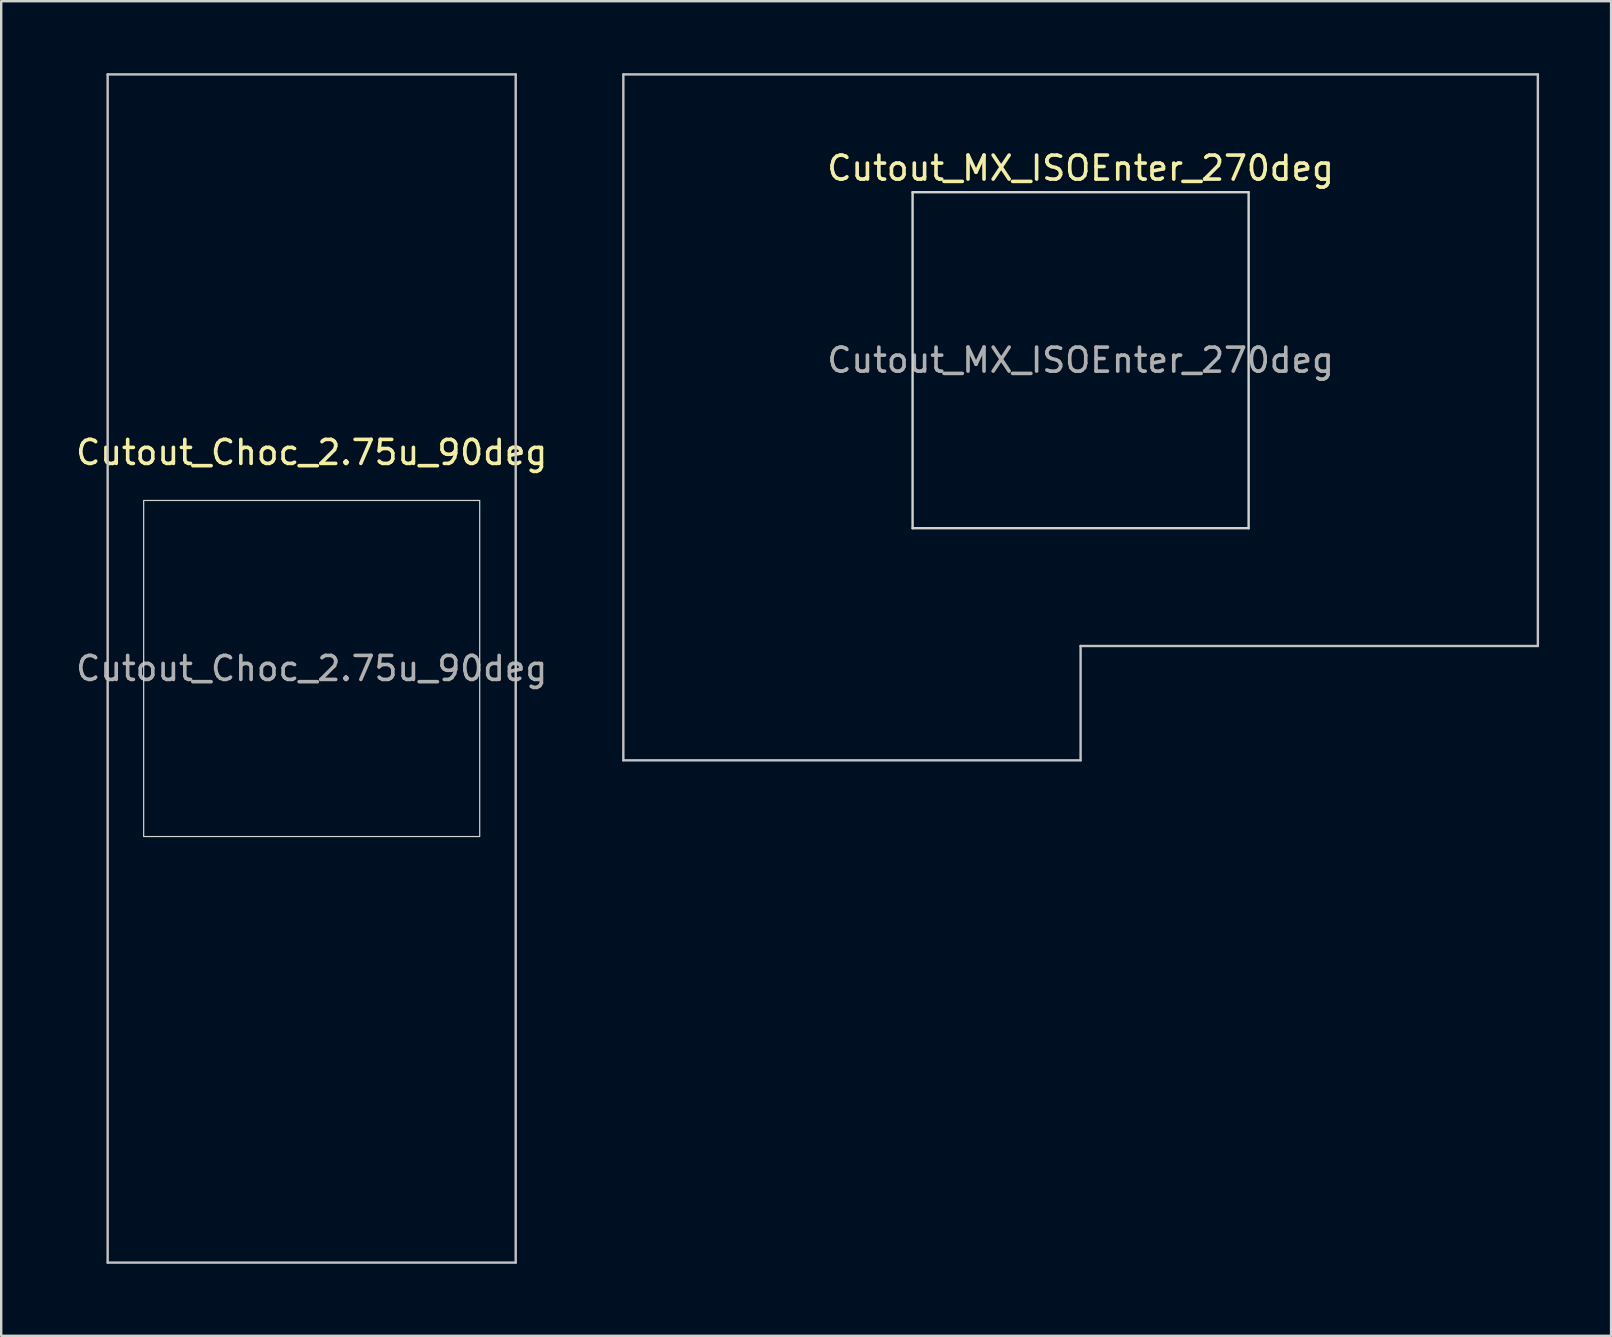
<source format=kicad_pcb>
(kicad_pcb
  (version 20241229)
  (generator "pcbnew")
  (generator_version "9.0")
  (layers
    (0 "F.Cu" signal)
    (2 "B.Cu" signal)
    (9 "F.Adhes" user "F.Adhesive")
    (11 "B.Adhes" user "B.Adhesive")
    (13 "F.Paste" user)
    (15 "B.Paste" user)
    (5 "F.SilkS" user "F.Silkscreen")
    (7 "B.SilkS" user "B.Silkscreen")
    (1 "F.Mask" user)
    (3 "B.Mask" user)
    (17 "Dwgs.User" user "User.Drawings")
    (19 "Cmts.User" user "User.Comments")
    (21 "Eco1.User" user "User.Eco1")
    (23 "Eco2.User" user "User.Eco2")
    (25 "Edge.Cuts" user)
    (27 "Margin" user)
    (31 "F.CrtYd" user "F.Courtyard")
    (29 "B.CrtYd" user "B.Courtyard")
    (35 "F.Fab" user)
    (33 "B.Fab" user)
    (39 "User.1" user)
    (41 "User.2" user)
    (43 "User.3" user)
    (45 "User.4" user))
  (footprint "Cutout_MX_ISOEnter_270deg"
    (layer "F.Cu")
    (at 41.969 11.956)
    (property "Reference" "Cutout_MX_ISOEnter_270deg" (at 0 -8 0) (layer "F.SilkS") (effects (font (size 1 1) (thickness 0.15))))
    (attr through_hole)
    (fp_line (start -19.05 -11.906) (end -19.05 16.669) (stroke (width 0.1) (type solid)) (layer "Dwgs.User"))
    (fp_line (start -19.05 16.669) (end 0 16.669) (stroke (width 0.1) (type solid)) (layer "Dwgs.User"))
    (fp_line (start 0 11.906) (end 19.05 11.906) (stroke (width 0.1) (type solid)) (layer "Dwgs.User"))
    (fp_line (start 0 16.669) (end 0 11.906) (stroke (width 0.1) (type solid)) (layer "Dwgs.User"))
    (fp_line (start 19.05 -11.906) (end -19.05 -11.906) (stroke (width 0.1) (type solid)) (layer "Dwgs.User"))
    (fp_line (start 19.05 11.906) (end 19.05 -11.906) (stroke (width 0.1) (type solid)) (layer "Dwgs.User"))
    (fp_line (start -7 -7) (end -7 7) (stroke (width 0.1) (type solid)) (layer "Edge.Cuts"))
    (fp_line (start -7 7) (end 7 7) (stroke (width 0.1) (type solid)) (layer "Edge.Cuts"))
    (fp_line (start 7 -7) (end -7 -7) (stroke (width 0.1) (type solid)) (layer "Edge.Cuts"))
    (fp_line (start 7 7) (end 7 -7) (stroke (width 0.1) (type solid)) (layer "Edge.Cuts"))
    (fp_text user "${REFERENCE}" (at 0 0 0) (layer "F.Fab") (effects (font (size 1 1) (thickness 0.15)))))
  (footprint "Cutout_Choc_2.75u_90deg"
    (layer "F.Cu")
    (at 9.935 24.8)
    (property "Reference" "Cutout_Choc_2.75u_90deg" (at 0 -9 0) (layer "F.SilkS") (effects (font (size 1 1) (thickness 0.15))))
    (attr through_hole)
    (fp_line (start -8.5 -24.75) (end 8.5 -24.75) (stroke (width 0.1) (type solid)) (layer "Dwgs.User"))
    (fp_line (start -8.5 24.75) (end -8.5 -24.75) (stroke (width 0.1) (type solid)) (layer "Dwgs.User"))
    (fp_line (start 8.5 -24.75) (end 8.5 24.75) (stroke (width 0.1) (type solid)) (layer "Dwgs.User"))
    (fp_line (start 8.5 24.75) (end -8.5 24.75) (stroke (width 0.1) (type solid)) (layer "Dwgs.User"))
    (fp_rect (start -7 -7) (end 7 7) (stroke (width 0.05) (type default)) (fill no) (layer "Edge.Cuts"))
    (fp_text user "${REFERENCE}" (at 0 0 0) (layer "F.Fab") (effects (font (size 1 1) (thickness 0.15)))))
  (gr_rect
    (start -3 -3)
    (end 64.069 52.6)
    (stroke (width 0.1) (type default))
    (fill no)
    (layer "Edge.Cuts")))
</source>
